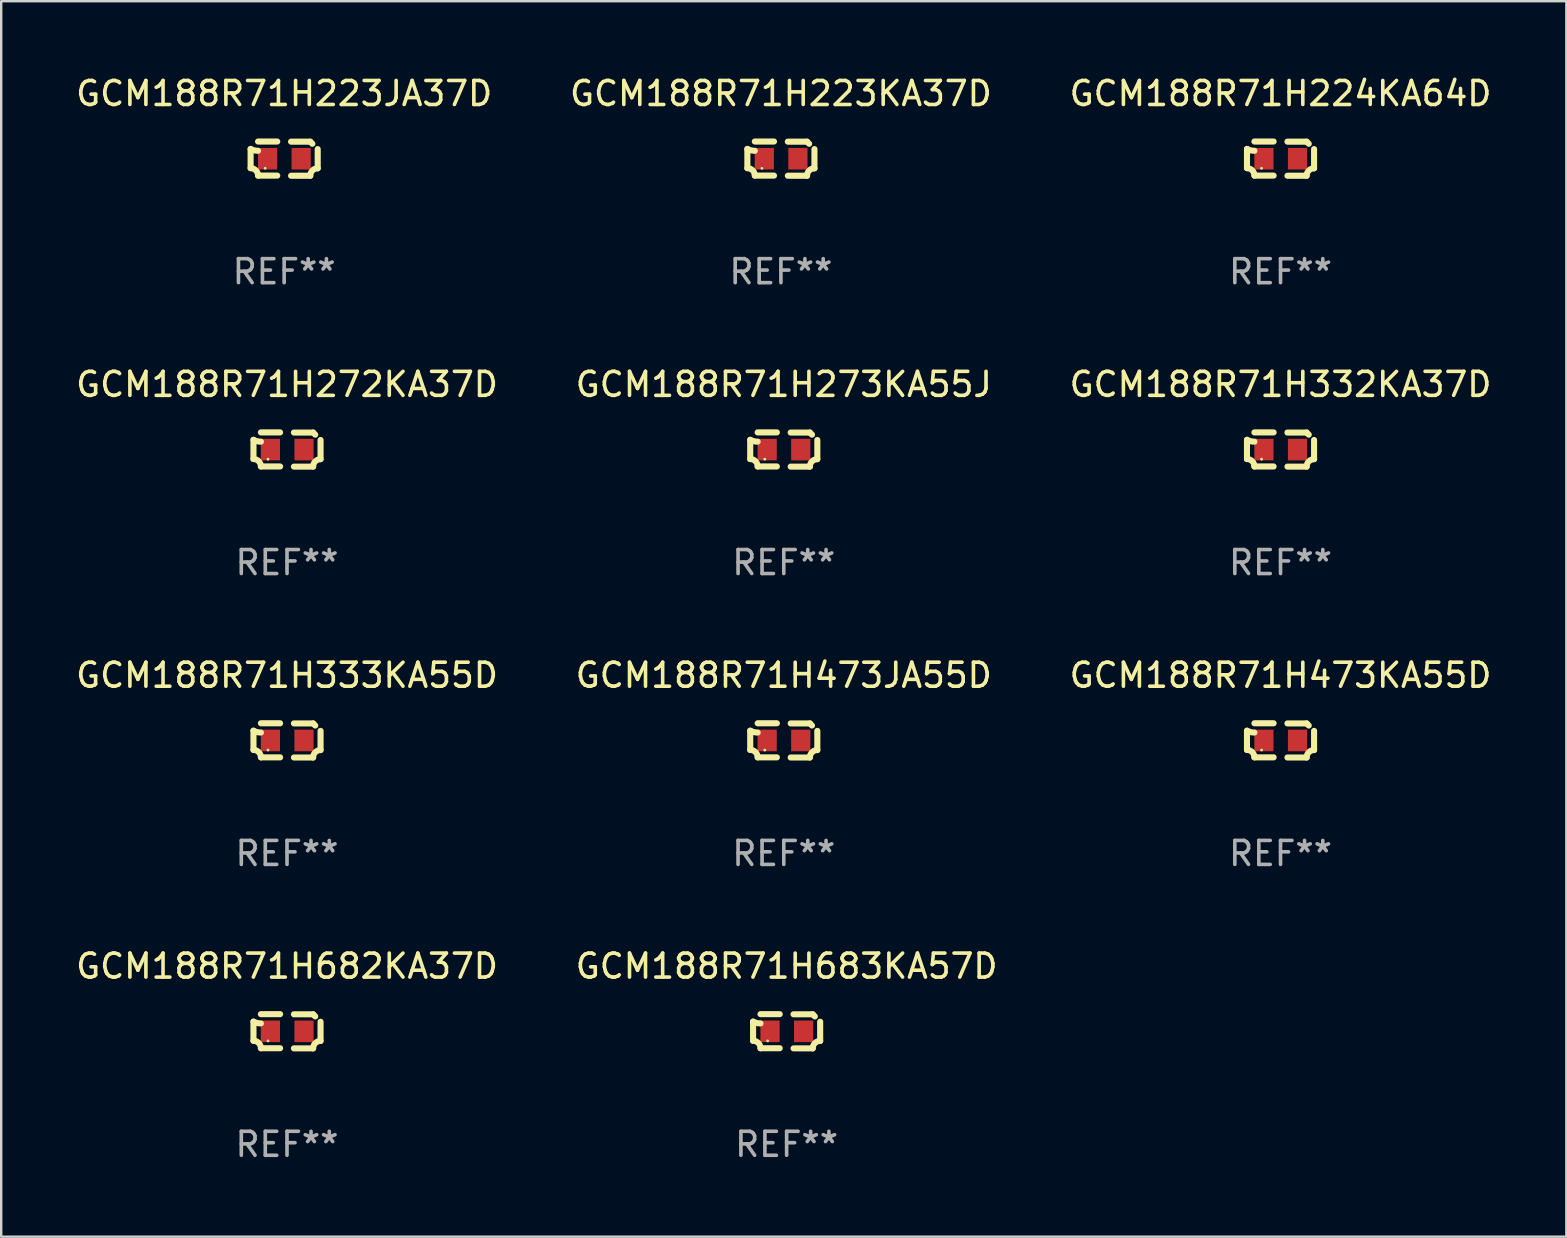
<source format=kicad_pcb>
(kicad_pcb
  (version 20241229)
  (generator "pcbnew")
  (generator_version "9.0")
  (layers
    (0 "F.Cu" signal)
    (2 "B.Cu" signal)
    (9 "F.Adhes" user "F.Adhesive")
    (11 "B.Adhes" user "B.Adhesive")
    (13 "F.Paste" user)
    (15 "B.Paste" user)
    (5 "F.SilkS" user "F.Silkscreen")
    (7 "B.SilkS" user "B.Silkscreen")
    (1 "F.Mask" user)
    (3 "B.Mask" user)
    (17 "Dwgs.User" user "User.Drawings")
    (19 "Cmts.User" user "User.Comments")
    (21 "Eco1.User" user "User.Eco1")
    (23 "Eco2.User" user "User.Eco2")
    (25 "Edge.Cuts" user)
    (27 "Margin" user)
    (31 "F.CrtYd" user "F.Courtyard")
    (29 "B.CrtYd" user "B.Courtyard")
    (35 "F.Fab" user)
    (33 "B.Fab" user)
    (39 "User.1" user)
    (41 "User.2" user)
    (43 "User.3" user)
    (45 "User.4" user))
  (footprint "GCM188R71H473JA55D"
    (layer "F.Cu")
    (at 29.613 27.805)
    (property "Reference" "GCM188R71H473JA55D" (at 0 -2.713 0) (layer "F.SilkS") (effects (font (size 1 1) (thickness 0.15))))
    (attr through_hole)
    (fp_line (start -1.398 -0.403) (end -1.398 0.397) (stroke (width 0.254) (type solid)) (layer "F.SilkS"))
    (fp_line (start -0.288 -0.713) (end -1.088 -0.713) (stroke (width 0.254) (type solid)) (layer "F.SilkS"))
    (fp_line (start -0.288 0.707) (end -1.088 0.707) (stroke (width 0.254) (type solid)) (layer "F.SilkS"))
    (fp_line (start 0.288 -0.707) (end 1.088 -0.707) (stroke (width 0.254) (type solid)) (layer "F.SilkS"))
    (fp_line (start 0.288 0.713) (end 1.088 0.713) (stroke (width 0.254) (type solid)) (layer "F.SilkS"))
    (fp_line (start 1.398 -0.397) (end 1.398 0.403) (stroke (width 0.254) (type solid)) (layer "F.SilkS"))
    (fp_arc (start -1.397789 0.397066) (mid -1.178701 0.487826) (end -1.08796 0.706922) (stroke (width 0.254001) (type solid)) (layer "F.SilkS"))
    (fp_arc (start -1.08796 -0.327176) (mid -1.247436 -0.346384) (end -1.39779 -0.402908) (stroke (width 0.254001) (type solid)) (layer "F.SilkS"))
    (fp_arc (start 1.087909 0.712738) (mid 1.178656 0.493655) (end 1.397739 0.402908) (stroke (width 0.254001) (type solid)) (layer "F.SilkS"))
    (fp_arc (start 1.175925 -0.618926) (mid 1.131917 -0.662923) (end 1.08791 -0.706922) (stroke (width 0.254001) (type solid)) (layer "F.SilkS"))
    (fp_circle (center -0.792 0.403) (end -0.762 0.403) (stroke (width 0.06) (type solid)) (fill no) (layer "F.SilkS"))
    (fp_text user "REF**" (at 0 4.713 0) (layer "F.Fab") (effects (font (size 1 1) (thickness 0.15))))
    (pad "1" smd rect (at -0.692 0.003) (size 0.8 0.9) (layers "F.Cu" "F.Mask" "F.Paste"))
    (pad "2" smd rect (at 0.708 0.003) (size 0.8 0.9) (layers "F.Cu" "F.Mask" "F.Paste")))
  (footprint "GCM188R71H273KA55J"
    (layer "F.Cu")
    (at 29.613 15.683)
    (property "Reference" "GCM188R71H273KA55J" (at 0 -2.713 0) (layer "F.SilkS") (effects (font (size 1 1) (thickness 0.15))))
    (attr through_hole)
    (fp_line (start -1.398 -0.403) (end -1.398 0.397) (stroke (width 0.254) (type solid)) (layer "F.SilkS"))
    (fp_line (start -0.288 -0.713) (end -1.088 -0.713) (stroke (width 0.254) (type solid)) (layer "F.SilkS"))
    (fp_line (start -0.288 0.707) (end -1.088 0.707) (stroke (width 0.254) (type solid)) (layer "F.SilkS"))
    (fp_line (start 0.288 -0.707) (end 1.088 -0.707) (stroke (width 0.254) (type solid)) (layer "F.SilkS"))
    (fp_line (start 0.288 0.713) (end 1.088 0.713) (stroke (width 0.254) (type solid)) (layer "F.SilkS"))
    (fp_line (start 1.398 -0.397) (end 1.398 0.403) (stroke (width 0.254) (type solid)) (layer "F.SilkS"))
    (fp_arc (start -1.397789 0.397066) (mid -1.178701 0.487826) (end -1.08796 0.706922) (stroke (width 0.254001) (type solid)) (layer "F.SilkS"))
    (fp_arc (start -1.08796 -0.327176) (mid -1.247436 -0.346384) (end -1.39779 -0.402908) (stroke (width 0.254001) (type solid)) (layer "F.SilkS"))
    (fp_arc (start 1.087909 0.712738) (mid 1.178656 0.493655) (end 1.397739 0.402908) (stroke (width 0.254001) (type solid)) (layer "F.SilkS"))
    (fp_arc (start 1.175925 -0.618926) (mid 1.131917 -0.662923) (end 1.08791 -0.706922) (stroke (width 0.254001) (type solid)) (layer "F.SilkS"))
    (fp_circle (center -0.792 0.403) (end -0.762 0.403) (stroke (width 0.06) (type solid)) (fill no) (layer "F.SilkS"))
    (fp_text user "REF**" (at 0 4.713 0) (layer "F.Fab") (effects (font (size 1 1) (thickness 0.15))))
    (pad "1" smd rect (at -0.692 0.003) (size 0.8 0.9) (layers "F.Cu" "F.Mask" "F.Paste"))
    (pad "2" smd rect (at 0.708 0.003) (size 0.8 0.9) (layers "F.Cu" "F.Mask" "F.Paste")))
  (footprint "GCM188R71H224KA64D"
    (layer "F.Cu")
    (at 50.315 3.561)
    (property "Reference" "GCM188R71H224KA64D" (at 0 -2.713 0) (layer "F.SilkS") (effects (font (size 1 1) (thickness 0.15))))
    (attr through_hole)
    (fp_line (start -1.398 -0.403) (end -1.398 0.397) (stroke (width 0.254) (type solid)) (layer "F.SilkS"))
    (fp_line (start -0.288 -0.713) (end -1.088 -0.713) (stroke (width 0.254) (type solid)) (layer "F.SilkS"))
    (fp_line (start -0.288 0.707) (end -1.088 0.707) (stroke (width 0.254) (type solid)) (layer "F.SilkS"))
    (fp_line (start 0.288 -0.707) (end 1.088 -0.707) (stroke (width 0.254) (type solid)) (layer "F.SilkS"))
    (fp_line (start 0.288 0.713) (end 1.088 0.713) (stroke (width 0.254) (type solid)) (layer "F.SilkS"))
    (fp_line (start 1.398 -0.397) (end 1.398 0.403) (stroke (width 0.254) (type solid)) (layer "F.SilkS"))
    (fp_arc (start -1.397789 0.397066) (mid -1.178701 0.487826) (end -1.08796 0.706922) (stroke (width 0.254001) (type solid)) (layer "F.SilkS"))
    (fp_arc (start -1.08796 -0.327176) (mid -1.247436 -0.346384) (end -1.39779 -0.402908) (stroke (width 0.254001) (type solid)) (layer "F.SilkS"))
    (fp_arc (start 1.087909 0.712738) (mid 1.178656 0.493655) (end 1.397739 0.402908) (stroke (width 0.254001) (type solid)) (layer "F.SilkS"))
    (fp_arc (start 1.175925 -0.618926) (mid 1.131917 -0.662923) (end 1.08791 -0.706922) (stroke (width 0.254001) (type solid)) (layer "F.SilkS"))
    (fp_circle (center -0.792 0.403) (end -0.762 0.403) (stroke (width 0.06) (type solid)) (fill no) (layer "F.SilkS"))
    (fp_text user "REF**" (at 0 4.713 0) (layer "F.Fab") (effects (font (size 1 1) (thickness 0.15))))
    (pad "1" smd rect (at -0.692 0.003) (size 0.8 0.9) (layers "F.Cu" "F.Mask" "F.Paste"))
    (pad "2" smd rect (at 0.708 0.003) (size 0.8 0.9) (layers "F.Cu" "F.Mask" "F.Paste")))
  (footprint "GCM188R71H333KA55D"
    (layer "F.Cu")
    (at 8.911 27.805)
    (property "Reference" "GCM188R71H333KA55D" (at 0 -2.713 0) (layer "F.SilkS") (effects (font (size 1 1) (thickness 0.15))))
    (attr through_hole)
    (fp_line (start -1.398 -0.403) (end -1.398 0.397) (stroke (width 0.254) (type solid)) (layer "F.SilkS"))
    (fp_line (start -0.288 -0.713) (end -1.088 -0.713) (stroke (width 0.254) (type solid)) (layer "F.SilkS"))
    (fp_line (start -0.288 0.707) (end -1.088 0.707) (stroke (width 0.254) (type solid)) (layer "F.SilkS"))
    (fp_line (start 0.288 -0.707) (end 1.088 -0.707) (stroke (width 0.254) (type solid)) (layer "F.SilkS"))
    (fp_line (start 0.288 0.713) (end 1.088 0.713) (stroke (width 0.254) (type solid)) (layer "F.SilkS"))
    (fp_line (start 1.398 -0.397) (end 1.398 0.403) (stroke (width 0.254) (type solid)) (layer "F.SilkS"))
    (fp_arc (start -1.397789 0.397066) (mid -1.178701 0.487826) (end -1.08796 0.706922) (stroke (width 0.254001) (type solid)) (layer "F.SilkS"))
    (fp_arc (start -1.08796 -0.327176) (mid -1.247436 -0.346384) (end -1.39779 -0.402908) (stroke (width 0.254001) (type solid)) (layer "F.SilkS"))
    (fp_arc (start 1.087909 0.712738) (mid 1.178656 0.493655) (end 1.397739 0.402908) (stroke (width 0.254001) (type solid)) (layer "F.SilkS"))
    (fp_arc (start 1.175925 -0.618926) (mid 1.131917 -0.662923) (end 1.08791 -0.706922) (stroke (width 0.254001) (type solid)) (layer "F.SilkS"))
    (fp_circle (center -0.792 0.403) (end -0.762 0.403) (stroke (width 0.06) (type solid)) (fill no) (layer "F.SilkS"))
    (fp_text user "REF**" (at 0 4.713 0) (layer "F.Fab") (effects (font (size 1 1) (thickness 0.15))))
    (pad "1" smd rect (at -0.692 0.003) (size 0.8 0.9) (layers "F.Cu" "F.Mask" "F.Paste"))
    (pad "2" smd rect (at 0.708 0.003) (size 0.8 0.9) (layers "F.Cu" "F.Mask" "F.Paste")))
  (footprint "GCM188R71H332KA37D"
    (layer "F.Cu")
    (at 50.315 15.683)
    (property "Reference" "GCM188R71H332KA37D" (at 0 -2.713 0) (layer "F.SilkS") (effects (font (size 1 1) (thickness 0.15))))
    (attr through_hole)
    (fp_line (start -1.398 -0.403) (end -1.398 0.397) (stroke (width 0.254) (type solid)) (layer "F.SilkS"))
    (fp_line (start -0.288 -0.713) (end -1.088 -0.713) (stroke (width 0.254) (type solid)) (layer "F.SilkS"))
    (fp_line (start -0.288 0.707) (end -1.088 0.707) (stroke (width 0.254) (type solid)) (layer "F.SilkS"))
    (fp_line (start 0.288 -0.707) (end 1.088 -0.707) (stroke (width 0.254) (type solid)) (layer "F.SilkS"))
    (fp_line (start 0.288 0.713) (end 1.088 0.713) (stroke (width 0.254) (type solid)) (layer "F.SilkS"))
    (fp_line (start 1.398 -0.397) (end 1.398 0.403) (stroke (width 0.254) (type solid)) (layer "F.SilkS"))
    (fp_arc (start -1.397789 0.397066) (mid -1.178701 0.487826) (end -1.08796 0.706922) (stroke (width 0.254001) (type solid)) (layer "F.SilkS"))
    (fp_arc (start -1.08796 -0.327176) (mid -1.247436 -0.346384) (end -1.39779 -0.402908) (stroke (width 0.254001) (type solid)) (layer "F.SilkS"))
    (fp_arc (start 1.087909 0.712738) (mid 1.178656 0.493655) (end 1.397739 0.402908) (stroke (width 0.254001) (type solid)) (layer "F.SilkS"))
    (fp_arc (start 1.175925 -0.618926) (mid 1.131917 -0.662923) (end 1.08791 -0.706922) (stroke (width 0.254001) (type solid)) (layer "F.SilkS"))
    (fp_circle (center -0.792 0.403) (end -0.762 0.403) (stroke (width 0.06) (type solid)) (fill no) (layer "F.SilkS"))
    (fp_text user "REF**" (at 0 4.713 0) (layer "F.Fab") (effects (font (size 1 1) (thickness 0.15))))
    (pad "1" smd rect (at -0.692 0.003) (size 0.8 0.9) (layers "F.Cu" "F.Mask" "F.Paste"))
    (pad "2" smd rect (at 0.708 0.003) (size 0.8 0.9) (layers "F.Cu" "F.Mask" "F.Paste")))
  (footprint "GCM188R71H223JA37D"
    (layer "F.Cu")
    (at 8.792 3.561)
    (property "Reference" "GCM188R71H223JA37D" (at 0 -2.713 0) (layer "F.SilkS") (effects (font (size 1 1) (thickness 0.15))))
    (attr through_hole)
    (fp_line (start -1.398 -0.403) (end -1.398 0.397) (stroke (width 0.254) (type solid)) (layer "F.SilkS"))
    (fp_line (start -0.288 -0.713) (end -1.088 -0.713) (stroke (width 0.254) (type solid)) (layer "F.SilkS"))
    (fp_line (start -0.288 0.707) (end -1.088 0.707) (stroke (width 0.254) (type solid)) (layer "F.SilkS"))
    (fp_line (start 0.288 -0.707) (end 1.088 -0.707) (stroke (width 0.254) (type solid)) (layer "F.SilkS"))
    (fp_line (start 0.288 0.713) (end 1.088 0.713) (stroke (width 0.254) (type solid)) (layer "F.SilkS"))
    (fp_line (start 1.398 -0.397) (end 1.398 0.403) (stroke (width 0.254) (type solid)) (layer "F.SilkS"))
    (fp_arc (start -1.397789 0.397066) (mid -1.178701 0.487826) (end -1.08796 0.706922) (stroke (width 0.254001) (type solid)) (layer "F.SilkS"))
    (fp_arc (start -1.08796 -0.327176) (mid -1.247436 -0.346384) (end -1.39779 -0.402908) (stroke (width 0.254001) (type solid)) (layer "F.SilkS"))
    (fp_arc (start 1.087909 0.712738) (mid 1.178656 0.493655) (end 1.397739 0.402908) (stroke (width 0.254001) (type solid)) (layer "F.SilkS"))
    (fp_arc (start 1.175925 -0.618926) (mid 1.131917 -0.662923) (end 1.08791 -0.706922) (stroke (width 0.254001) (type solid)) (layer "F.SilkS"))
    (fp_circle (center -0.792 0.403) (end -0.762 0.403) (stroke (width 0.06) (type solid)) (fill no) (layer "F.SilkS"))
    (fp_text user "REF**" (at 0 4.713 0) (layer "F.Fab") (effects (font (size 1 1) (thickness 0.15))))
    (pad "1" smd rect (at -0.692 0.003) (size 0.8 0.9) (layers "F.Cu" "F.Mask" "F.Paste"))
    (pad "2" smd rect (at 0.708 0.003) (size 0.8 0.9) (layers "F.Cu" "F.Mask" "F.Paste")))
  (footprint "GCM188R71H223KA37D"
    (layer "F.Cu")
    (at 29.494 3.561)
    (property "Reference" "GCM188R71H223KA37D" (at 0 -2.713 0) (layer "F.SilkS") (effects (font (size 1 1) (thickness 0.15))))
    (attr through_hole)
    (fp_line (start -1.398 -0.403) (end -1.398 0.397) (stroke (width 0.254) (type solid)) (layer "F.SilkS"))
    (fp_line (start -0.288 -0.713) (end -1.088 -0.713) (stroke (width 0.254) (type solid)) (layer "F.SilkS"))
    (fp_line (start -0.288 0.707) (end -1.088 0.707) (stroke (width 0.254) (type solid)) (layer "F.SilkS"))
    (fp_line (start 0.288 -0.707) (end 1.088 -0.707) (stroke (width 0.254) (type solid)) (layer "F.SilkS"))
    (fp_line (start 0.288 0.713) (end 1.088 0.713) (stroke (width 0.254) (type solid)) (layer "F.SilkS"))
    (fp_line (start 1.398 -0.397) (end 1.398 0.403) (stroke (width 0.254) (type solid)) (layer "F.SilkS"))
    (fp_arc (start -1.397789 0.397066) (mid -1.178701 0.487826) (end -1.08796 0.706922) (stroke (width 0.254001) (type solid)) (layer "F.SilkS"))
    (fp_arc (start -1.08796 -0.327176) (mid -1.247436 -0.346384) (end -1.39779 -0.402908) (stroke (width 0.254001) (type solid)) (layer "F.SilkS"))
    (fp_arc (start 1.087909 0.712738) (mid 1.178656 0.493655) (end 1.397739 0.402908) (stroke (width 0.254001) (type solid)) (layer "F.SilkS"))
    (fp_arc (start 1.175925 -0.618926) (mid 1.131917 -0.662923) (end 1.08791 -0.706922) (stroke (width 0.254001) (type solid)) (layer "F.SilkS"))
    (fp_circle (center -0.792 0.403) (end -0.762 0.403) (stroke (width 0.06) (type solid)) (fill no) (layer "F.SilkS"))
    (fp_text user "REF**" (at 0 4.713 0) (layer "F.Fab") (effects (font (size 1 1) (thickness 0.15))))
    (pad "1" smd rect (at -0.692 0.003) (size 0.8 0.9) (layers "F.Cu" "F.Mask" "F.Paste"))
    (pad "2" smd rect (at 0.708 0.003) (size 0.8 0.9) (layers "F.Cu" "F.Mask" "F.Paste")))
  (footprint "GCM188R71H682KA37D"
    (layer "F.Cu")
    (at 8.911 39.927)
    (property "Reference" "GCM188R71H682KA37D" (at 0 -2.713 0) (layer "F.SilkS") (effects (font (size 1 1) (thickness 0.15))))
    (attr through_hole)
    (fp_line (start -1.398 -0.403) (end -1.398 0.397) (stroke (width 0.254) (type solid)) (layer "F.SilkS"))
    (fp_line (start -0.288 -0.713) (end -1.088 -0.713) (stroke (width 0.254) (type solid)) (layer "F.SilkS"))
    (fp_line (start -0.288 0.707) (end -1.088 0.707) (stroke (width 0.254) (type solid)) (layer "F.SilkS"))
    (fp_line (start 0.288 -0.707) (end 1.088 -0.707) (stroke (width 0.254) (type solid)) (layer "F.SilkS"))
    (fp_line (start 0.288 0.713) (end 1.088 0.713) (stroke (width 0.254) (type solid)) (layer "F.SilkS"))
    (fp_line (start 1.398 -0.397) (end 1.398 0.403) (stroke (width 0.254) (type solid)) (layer "F.SilkS"))
    (fp_arc (start -1.397789 0.397066) (mid -1.178701 0.487826) (end -1.08796 0.706922) (stroke (width 0.254001) (type solid)) (layer "F.SilkS"))
    (fp_arc (start -1.08796 -0.327176) (mid -1.247436 -0.346384) (end -1.39779 -0.402908) (stroke (width 0.254001) (type solid)) (layer "F.SilkS"))
    (fp_arc (start 1.087909 0.712738) (mid 1.178656 0.493655) (end 1.397739 0.402908) (stroke (width 0.254001) (type solid)) (layer "F.SilkS"))
    (fp_arc (start 1.175925 -0.618926) (mid 1.131917 -0.662923) (end 1.08791 -0.706922) (stroke (width 0.254001) (type solid)) (layer "F.SilkS"))
    (fp_circle (center -0.792 0.403) (end -0.762 0.403) (stroke (width 0.06) (type solid)) (fill no) (layer "F.SilkS"))
    (fp_text user "REF**" (at 0 4.713 0) (layer "F.Fab") (effects (font (size 1 1) (thickness 0.15))))
    (pad "1" smd rect (at -0.692 0.003) (size 0.8 0.9) (layers "F.Cu" "F.Mask" "F.Paste"))
    (pad "2" smd rect (at 0.708 0.003) (size 0.8 0.9) (layers "F.Cu" "F.Mask" "F.Paste")))
  (footprint "GCM188R71H683KA57D"
    (layer "F.Cu")
    (at 29.732 39.927)
    (property "Reference" "GCM188R71H683KA57D" (at 0 -2.713 0) (layer "F.SilkS") (effects (font (size 1 1) (thickness 0.15))))
    (attr through_hole)
    (fp_line (start -1.398 -0.403) (end -1.398 0.397) (stroke (width 0.254) (type solid)) (layer "F.SilkS"))
    (fp_line (start -0.288 -0.713) (end -1.088 -0.713) (stroke (width 0.254) (type solid)) (layer "F.SilkS"))
    (fp_line (start -0.288 0.707) (end -1.088 0.707) (stroke (width 0.254) (type solid)) (layer "F.SilkS"))
    (fp_line (start 0.288 -0.707) (end 1.088 -0.707) (stroke (width 0.254) (type solid)) (layer "F.SilkS"))
    (fp_line (start 0.288 0.713) (end 1.088 0.713) (stroke (width 0.254) (type solid)) (layer "F.SilkS"))
    (fp_line (start 1.398 -0.397) (end 1.398 0.403) (stroke (width 0.254) (type solid)) (layer "F.SilkS"))
    (fp_arc (start -1.397789 0.397066) (mid -1.178701 0.487826) (end -1.08796 0.706922) (stroke (width 0.254001) (type solid)) (layer "F.SilkS"))
    (fp_arc (start -1.08796 -0.327176) (mid -1.247436 -0.346384) (end -1.39779 -0.402908) (stroke (width 0.254001) (type solid)) (layer "F.SilkS"))
    (fp_arc (start 1.087909 0.712738) (mid 1.178656 0.493655) (end 1.397739 0.402908) (stroke (width 0.254001) (type solid)) (layer "F.SilkS"))
    (fp_arc (start 1.175925 -0.618926) (mid 1.131917 -0.662923) (end 1.08791 -0.706922) (stroke (width 0.254001) (type solid)) (layer "F.SilkS"))
    (fp_circle (center -0.792 0.403) (end -0.762 0.403) (stroke (width 0.06) (type solid)) (fill no) (layer "F.SilkS"))
    (fp_text user "REF**" (at 0 4.713 0) (layer "F.Fab") (effects (font (size 1 1) (thickness 0.15))))
    (pad "1" smd rect (at -0.692 0.003) (size 0.8 0.9) (layers "F.Cu" "F.Mask" "F.Paste"))
    (pad "2" smd rect (at 0.708 0.003) (size 0.8 0.9) (layers "F.Cu" "F.Mask" "F.Paste")))
  (footprint "GCM188R71H473KA55D"
    (layer "F.Cu")
    (at 50.315 27.805)
    (property "Reference" "GCM188R71H473KA55D" (at 0 -2.713 0) (layer "F.SilkS") (effects (font (size 1 1) (thickness 0.15))))
    (attr through_hole)
    (fp_line (start -1.398 -0.403) (end -1.398 0.397) (stroke (width 0.254) (type solid)) (layer "F.SilkS"))
    (fp_line (start -0.288 -0.713) (end -1.088 -0.713) (stroke (width 0.254) (type solid)) (layer "F.SilkS"))
    (fp_line (start -0.288 0.707) (end -1.088 0.707) (stroke (width 0.254) (type solid)) (layer "F.SilkS"))
    (fp_line (start 0.288 -0.707) (end 1.088 -0.707) (stroke (width 0.254) (type solid)) (layer "F.SilkS"))
    (fp_line (start 0.288 0.713) (end 1.088 0.713) (stroke (width 0.254) (type solid)) (layer "F.SilkS"))
    (fp_line (start 1.398 -0.397) (end 1.398 0.403) (stroke (width 0.254) (type solid)) (layer "F.SilkS"))
    (fp_arc (start -1.397789 0.397066) (mid -1.178701 0.487826) (end -1.08796 0.706922) (stroke (width 0.254001) (type solid)) (layer "F.SilkS"))
    (fp_arc (start -1.08796 -0.327176) (mid -1.247436 -0.346384) (end -1.39779 -0.402908) (stroke (width 0.254001) (type solid)) (layer "F.SilkS"))
    (fp_arc (start 1.087909 0.712738) (mid 1.178656 0.493655) (end 1.397739 0.402908) (stroke (width 0.254001) (type solid)) (layer "F.SilkS"))
    (fp_arc (start 1.175925 -0.618926) (mid 1.131917 -0.662923) (end 1.08791 -0.706922) (stroke (width 0.254001) (type solid)) (layer "F.SilkS"))
    (fp_circle (center -0.792 0.403) (end -0.762 0.403) (stroke (width 0.06) (type solid)) (fill no) (layer "F.SilkS"))
    (fp_text user "REF**" (at 0 4.713 0) (layer "F.Fab") (effects (font (size 1 1) (thickness 0.15))))
    (pad "1" smd rect (at -0.692 0.003) (size 0.8 0.9) (layers "F.Cu" "F.Mask" "F.Paste"))
    (pad "2" smd rect (at 0.708 0.003) (size 0.8 0.9) (layers "F.Cu" "F.Mask" "F.Paste")))
  (footprint "GCM188R71H272KA37D"
    (layer "F.Cu")
    (at 8.911 15.683)
    (property "Reference" "GCM188R71H272KA37D" (at 0 -2.713 0) (layer "F.SilkS") (effects (font (size 1 1) (thickness 0.15))))
    (attr through_hole)
    (fp_line (start -1.398 -0.403) (end -1.398 0.397) (stroke (width 0.254) (type solid)) (layer "F.SilkS"))
    (fp_line (start -0.288 -0.713) (end -1.088 -0.713) (stroke (width 0.254) (type solid)) (layer "F.SilkS"))
    (fp_line (start -0.288 0.707) (end -1.088 0.707) (stroke (width 0.254) (type solid)) (layer "F.SilkS"))
    (fp_line (start 0.288 -0.707) (end 1.088 -0.707) (stroke (width 0.254) (type solid)) (layer "F.SilkS"))
    (fp_line (start 0.288 0.713) (end 1.088 0.713) (stroke (width 0.254) (type solid)) (layer "F.SilkS"))
    (fp_line (start 1.398 -0.397) (end 1.398 0.403) (stroke (width 0.254) (type solid)) (layer "F.SilkS"))
    (fp_arc (start -1.397789 0.397066) (mid -1.178701 0.487826) (end -1.08796 0.706922) (stroke (width 0.254001) (type solid)) (layer "F.SilkS"))
    (fp_arc (start -1.08796 -0.327176) (mid -1.247436 -0.346384) (end -1.39779 -0.402908) (stroke (width 0.254001) (type solid)) (layer "F.SilkS"))
    (fp_arc (start 1.087909 0.712738) (mid 1.178656 0.493655) (end 1.397739 0.402908) (stroke (width 0.254001) (type solid)) (layer "F.SilkS"))
    (fp_arc (start 1.175925 -0.618926) (mid 1.131917 -0.662923) (end 1.08791 -0.706922) (stroke (width 0.254001) (type solid)) (layer "F.SilkS"))
    (fp_circle (center -0.792 0.403) (end -0.762 0.403) (stroke (width 0.06) (type solid)) (fill no) (layer "F.SilkS"))
    (fp_text user "REF**" (at 0 4.713 0) (layer "F.Fab") (effects (font (size 1 1) (thickness 0.15))))
    (pad "1" smd rect (at -0.692 0.003) (size 0.8 0.9) (layers "F.Cu" "F.Mask" "F.Paste"))
    (pad "2" smd rect (at 0.708 0.003) (size 0.8 0.9) (layers "F.Cu" "F.Mask" "F.Paste")))
  (gr_rect
    (start -3 -3)
    (end 62.226 48.488)
    (stroke (width 0.1) (type default))
    (fill no)
    (layer "Edge.Cuts")))
</source>
